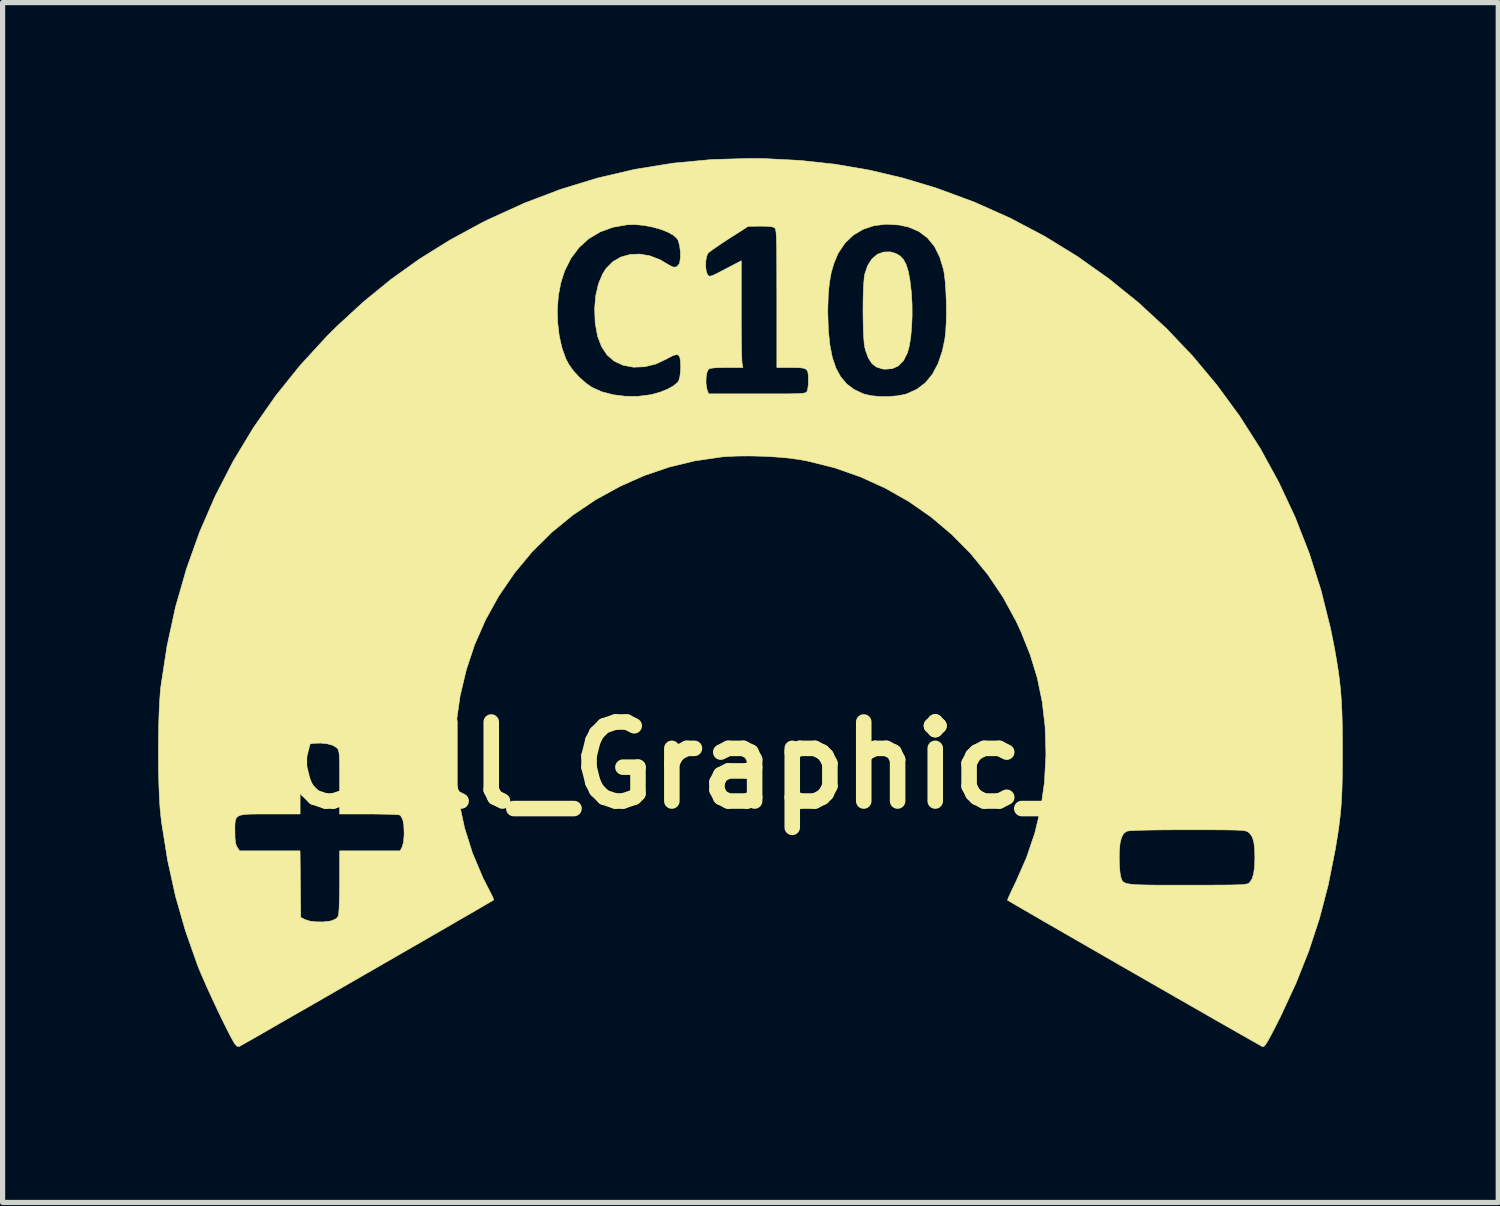
<source format=kicad_pcb>
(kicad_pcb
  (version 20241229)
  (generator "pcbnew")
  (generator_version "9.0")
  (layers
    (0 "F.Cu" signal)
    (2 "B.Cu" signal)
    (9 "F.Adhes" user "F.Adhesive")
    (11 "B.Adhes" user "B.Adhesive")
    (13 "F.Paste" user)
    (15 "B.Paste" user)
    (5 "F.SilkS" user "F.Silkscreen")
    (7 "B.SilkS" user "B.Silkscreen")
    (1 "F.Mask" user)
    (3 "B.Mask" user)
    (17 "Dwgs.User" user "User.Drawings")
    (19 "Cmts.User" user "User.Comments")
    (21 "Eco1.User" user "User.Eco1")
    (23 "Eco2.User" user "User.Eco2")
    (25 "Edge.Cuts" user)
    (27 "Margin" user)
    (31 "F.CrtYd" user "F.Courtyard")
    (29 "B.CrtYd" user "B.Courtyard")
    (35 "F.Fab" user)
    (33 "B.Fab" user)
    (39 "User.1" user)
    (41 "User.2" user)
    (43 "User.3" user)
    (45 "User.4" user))
  (footprint "Cell_Graphic_C10"
    (layer "F.Cu")
    (at 12.339 11.71)
    (property "Reference" "Cell_Graphic_C10" (at 0 0 0) (layer "F.SilkS") (effects (font (size 1.524 1.524) (thickness 0.3))))
    (attr through_hole)
    (fp_poly (pts (xy 1.889 -9.871) (xy 1.97 -9.824) (xy 2.036 -9.754) (xy 2.088 -9.657) (xy 2.129 -9.526) (xy 2.161 -9.356) (xy 2.186 -9.142) (xy 2.19 -9.102) (xy 2.202 -8.888) (xy 2.203 -8.668) (xy 2.194 -8.454) (xy 2.176 -8.256) (xy 2.148 -8.086) (xy 2.113 -7.955) (xy 2.11 -7.949) (xy 2.036 -7.803) (xy 1.938 -7.703) (xy 1.817 -7.649) (xy 1.675 -7.639) (xy 1.626 -7.646) (xy 1.516 -7.681) (xy 1.429 -7.747) (xy 1.361 -7.85) (xy 1.307 -7.995) (xy 1.292 -8.052) (xy 1.279 -8.132) (xy 1.269 -8.253) (xy 1.262 -8.405) (xy 1.258 -8.578) (xy 1.256 -8.76) (xy 1.257 -8.944) (xy 1.261 -9.117) (xy 1.268 -9.271) (xy 1.278 -9.395) (xy 1.291 -9.479) (xy 1.347 -9.641) (xy 1.429 -9.767) (xy 1.533 -9.855) (xy 1.655 -9.9) (xy 1.788 -9.901) (xy 1.889 -9.871)) (stroke (width 0.01) (type solid)) (fill yes) (layer "F.SilkS"))
    (fp_poly (pts (xy -0.66 -11.702) (xy 0.041 -11.666) (xy 0.717 -11.593) (xy 1.376 -11.48) (xy 2.028 -11.326) (xy 2.682 -11.129) (xy 2.692 -11.125) (xy 3.406 -10.861) (xy 4.095 -10.553) (xy 4.757 -10.204) (xy 5.39 -9.815) (xy 5.994 -9.387) (xy 6.567 -8.924) (xy 7.108 -8.425) (xy 7.614 -7.893) (xy 8.085 -7.329) (xy 8.519 -6.736) (xy 8.916 -6.114) (xy 9.272 -5.465) (xy 9.588 -4.791) (xy 9.861 -4.094) (xy 10.09 -3.375) (xy 10.274 -2.636) (xy 10.349 -2.261) (xy 10.389 -2.03) (xy 10.422 -1.823) (xy 10.448 -1.628) (xy 10.468 -1.438) (xy 10.482 -1.242) (xy 10.493 -1.031) (xy 10.499 -0.795) (xy 10.502 -0.525) (xy 10.502 -0.292) (xy 10.502 -0.001) (xy 10.499 0.248) (xy 10.494 0.464) (xy 10.485 0.658) (xy 10.473 0.838) (xy 10.455 1.013) (xy 10.433 1.192) (xy 10.404 1.385) (xy 10.368 1.601) (xy 10.362 1.638) (xy 10.229 2.307) (xy 10.061 2.951) (xy 9.854 3.582) (xy 9.605 4.208) (xy 9.312 4.84) (xy 9.289 4.885) (xy 9.2 5.062) (xy 9.13 5.197) (xy 9.076 5.296) (xy 9.035 5.364) (xy 9.005 5.405) (xy 8.982 5.425) (xy 8.964 5.428) (xy 8.963 5.428) (xy 8.938 5.414) (xy 8.872 5.377) (xy 8.769 5.319) (xy 8.632 5.241) (xy 8.465 5.146) (xy 8.271 5.035) (xy 8.053 4.911) (xy 7.816 4.775) (xy 7.562 4.63) (xy 7.295 4.477) (xy 7.018 4.318) (xy 6.735 4.156) (xy 6.45 3.992) (xy 6.164 3.828) (xy 5.884 3.667) (xy 5.61 3.509) (xy 5.348 3.358) (xy 5.099 3.215) (xy 4.869 3.082) (xy 4.66 2.962) (xy 4.476 2.855) (xy 4.319 2.764) (xy 4.195 2.692) (xy 4.105 2.639) (xy 4.054 2.608) (xy 4.043 2.602) (xy 4.05 2.578) (xy 4.077 2.516) (xy 4.118 2.426) (xy 4.172 2.314) (xy 4.2 2.256) (xy 4.409 1.781) (xy 4.412 1.772) (xy 6.198 1.772) (xy 6.2 1.896) (xy 6.207 2.011) (xy 6.217 2.101) (xy 6.224 2.139) (xy 6.235 2.178) (xy 6.247 2.211) (xy 6.263 2.238) (xy 6.29 2.26) (xy 6.33 2.277) (xy 6.388 2.289) (xy 6.469 2.299) (xy 6.577 2.305) (xy 6.716 2.309) (xy 6.891 2.311) (xy 7.105 2.311) (xy 7.364 2.311) (xy 7.511 2.311) (xy 7.783 2.311) (xy 8.009 2.311) (xy 8.193 2.31) (xy 8.34 2.309) (xy 8.454 2.306) (xy 8.54 2.303) (xy 8.603 2.298) (xy 8.646 2.292) (xy 8.675 2.285) (xy 8.695 2.276) (xy 8.709 2.264) (xy 8.711 2.262) (xy 8.758 2.193) (xy 8.79 2.091) (xy 8.808 1.951) (xy 8.814 1.778) (xy 8.809 1.608) (xy 8.793 1.48) (xy 8.765 1.387) (xy 8.722 1.321) (xy 8.695 1.297) (xy 8.678 1.284) (xy 8.657 1.274) (xy 8.629 1.265) (xy 8.588 1.259) (xy 8.53 1.254) (xy 8.45 1.25) (xy 8.344 1.248) (xy 8.206 1.246) (xy 8.032 1.245) (xy 7.817 1.245) (xy 7.557 1.245) (xy 7.516 1.245) (xy 7.211 1.245) (xy 6.955 1.247) (xy 6.745 1.25) (xy 6.581 1.254) (xy 6.46 1.259) (xy 6.381 1.265) (xy 6.341 1.273) (xy 6.34 1.273) (xy 6.281 1.319) (xy 6.239 1.398) (xy 6.212 1.514) (xy 6.199 1.673) (xy 6.198 1.772) (xy 4.412 1.772) (xy 4.57 1.306) (xy 4.685 0.826) (xy 4.755 0.331) (xy 4.783 -0.185) (xy 4.783 -0.254) (xy 4.767 -0.753) (xy 4.712 -1.225) (xy 4.618 -1.681) (xy 4.481 -2.13) (xy 4.3 -2.582) (xy 4.207 -2.781) (xy 3.954 -3.245) (xy 3.661 -3.68) (xy 3.331 -4.084) (xy 2.965 -4.454) (xy 2.568 -4.789) (xy 2.14 -5.087) (xy 1.685 -5.345) (xy 1.206 -5.563) (xy 0.705 -5.738) (xy 0.184 -5.868) (xy 0.038 -5.895) (xy -0.166 -5.924) (xy -0.405 -5.945) (xy -0.664 -5.96) (xy -0.926 -5.966) (xy -1.178 -5.964) (xy -1.402 -5.953) (xy -1.477 -5.946) (xy -1.989 -5.871) (xy -2.481 -5.752) (xy -2.961 -5.588) (xy -3.416 -5.387) (xy -3.897 -5.124) (xy -4.341 -4.825) (xy -4.75 -4.491) (xy -5.123 -4.121) (xy -5.462 -3.713) (xy -5.767 -3.268) (xy -5.771 -3.261) (xy -6.024 -2.805) (xy -6.233 -2.33) (xy -6.396 -1.839) (xy -6.515 -1.337) (xy -6.588 -0.828) (xy -6.616 -0.315) (xy -6.599 0.198) (xy -6.537 0.706) (xy -6.429 1.207) (xy -6.275 1.696) (xy -6.075 2.169) (xy -5.948 2.418) (xy -5.906 2.5) (xy -5.877 2.563) (xy -5.867 2.596) (xy -5.868 2.598) (xy -5.892 2.613) (xy -5.958 2.651) (xy -6.06 2.711) (xy -6.196 2.79) (xy -6.362 2.887) (xy -6.556 2.998) (xy -6.772 3.124) (xy -7.009 3.26) (xy -7.263 3.407) (xy -7.529 3.56) (xy -7.805 3.719) (xy -8.087 3.882) (xy -8.373 4.046) (xy -8.657 4.21) (xy -8.938 4.371) (xy -9.211 4.529) (xy -9.473 4.679) (xy -9.721 4.821) (xy -9.951 4.953) (xy -10.159 5.073) (xy -10.343 5.179) (xy -10.499 5.268) (xy -10.624 5.339) (xy -10.713 5.389) (xy -10.764 5.418) (xy -10.775 5.424) (xy -10.815 5.421) (xy -10.858 5.376) (xy -10.872 5.355) (xy -10.919 5.272) (xy -10.983 5.15) (xy -11.059 4.999) (xy -11.143 4.827) (xy -11.231 4.642) (xy -11.319 4.453) (xy -11.403 4.269) (xy -11.478 4.098) (xy -11.542 3.949) (xy -11.577 3.861) (xy -11.812 3.195) (xy -12.005 2.521) (xy -12.157 1.83) (xy -12.251 1.24) (xy -10.859 1.24) (xy -10.858 1.28) (xy -10.856 1.405) (xy -10.847 1.492) (xy -10.83 1.552) (xy -10.813 1.582) (xy -10.768 1.651) (xy -9.602 1.651) (xy -9.595 2.292) (xy -9.588 2.934) (xy -9.5 2.978) (xy -9.409 3.006) (xy -9.288 3.02) (xy -9.156 3.021) (xy -9.03 3.006) (xy -8.984 2.996) (xy -8.901 2.956) (xy -8.863 2.905) (xy -8.856 2.862) (xy -8.85 2.776) (xy -8.845 2.656) (xy -8.842 2.509) (xy -8.84 2.344) (xy -8.839 2.246) (xy -8.839 1.651) (xy -7.672 1.651) (xy -7.633 1.576) (xy -7.608 1.491) (xy -7.596 1.361) (xy -7.595 1.295) (xy -7.601 1.148) (xy -7.622 1.045) (xy -7.658 0.979) (xy -7.681 0.959) (xy -7.714 0.954) (xy -7.789 0.949) (xy -7.9 0.945) (xy -8.039 0.942) (xy -8.198 0.94) (xy -8.274 0.94) (xy -8.839 0.94) (xy -8.839 0.329) (xy -8.839 0.138) (xy -8.84 -0.01) (xy -8.842 -0.119) (xy -8.846 -0.198) (xy -8.852 -0.252) (xy -8.861 -0.288) (xy -8.873 -0.313) (xy -8.89 -0.332) (xy -8.899 -0.342) (xy -8.973 -0.386) (xy -9.08 -0.415) (xy -9.206 -0.428) (xy -9.335 -0.424) (xy -9.453 -0.404) (xy -9.544 -0.366) (xy -9.562 -0.353) (xy -9.575 -0.337) (xy -9.585 -0.311) (xy -9.592 -0.269) (xy -9.597 -0.205) (xy -9.6 -0.112) (xy -9.601 0.015) (xy -9.601 0.183) (xy -9.601 0.305) (xy -9.601 0.94) (xy -10.181 0.94) (xy -10.384 0.94) (xy -10.542 0.941) (xy -10.66 0.948) (xy -10.745 0.961) (xy -10.801 0.985) (xy -10.835 1.022) (xy -10.852 1.075) (xy -10.858 1.147) (xy -10.859 1.24) (xy -12.251 1.24) (xy -12.271 1.113) (xy -12.286 0.991) (xy -12.303 0.817) (xy -12.316 0.603) (xy -12.325 0.357) (xy -12.332 0.09) (xy -12.334 -0.19) (xy -12.333 -0.472) (xy -12.329 -0.748) (xy -12.321 -1.006) (xy -12.31 -1.239) (xy -12.296 -1.436) (xy -12.286 -1.524) (xy -12.168 -2.299) (xy -12.003 -3.056) (xy -11.792 -3.791) (xy -11.537 -4.505) (xy -11.236 -5.197) (xy -10.892 -5.864) (xy -10.505 -6.506) (xy -10.074 -7.123) (xy -9.602 -7.711) (xy -9.087 -8.272) (xy -8.887 -8.471) (xy -8.528 -8.801) (xy -4.639 -8.801) (xy -4.633 -8.537) (xy -4.603 -8.281) (xy -4.549 -8.044) (xy -4.473 -7.835) (xy -4.415 -7.726) (xy -4.328 -7.606) (xy -4.215 -7.483) (xy -4.092 -7.373) (xy -3.976 -7.291) (xy -3.973 -7.289) (xy -3.785 -7.205) (xy -3.565 -7.147) (xy -3.326 -7.117) (xy -3.083 -7.116) (xy -2.847 -7.146) (xy -2.812 -7.153) (xy -2.653 -7.198) (xy -2.513 -7.255) (xy -2.399 -7.318) (xy -2.321 -7.384) (xy -2.299 -7.416) (xy -2.278 -7.485) (xy -2.265 -7.586) (xy -2.26 -7.698) (xy -2.266 -7.804) (xy -2.277 -7.868) (xy -2.3 -7.91) (xy -2.343 -7.921) (xy -2.411 -7.901) (xy -2.512 -7.849) (xy -2.532 -7.837) (xy -2.74 -7.739) (xy -2.957 -7.686) (xy -3.174 -7.678) (xy -3.178 -7.679) (xy -3.376 -7.717) (xy -3.544 -7.796) (xy -3.681 -7.915) (xy -3.787 -8.075) (xy -3.863 -8.274) (xy -3.907 -8.514) (xy -3.911 -8.55) (xy -3.92 -8.814) (xy -3.898 -9.062) (xy -3.847 -9.284) (xy -3.767 -9.476) (xy -3.699 -9.582) (xy -3.57 -9.712) (xy -3.415 -9.802) (xy -3.241 -9.851) (xy -3.053 -9.86) (xy -2.858 -9.827) (xy -2.661 -9.752) (xy -2.483 -9.647) (xy -2.401 -9.607) (xy -2.336 -9.614) (xy -2.329 -9.622) (xy -1.779 -9.622) (xy -1.768 -9.529) (xy -1.743 -9.463) (xy -1.741 -9.46) (xy -1.724 -9.441) (xy -1.703 -9.433) (xy -1.671 -9.438) (xy -1.618 -9.459) (xy -1.538 -9.498) (xy -1.422 -9.558) (xy -1.398 -9.571) (xy -1.092 -9.731) (xy -1.092 -8.78) (xy -1.092 -8.562) (xy -1.091 -8.357) (xy -1.089 -8.172) (xy -1.086 -8.013) (xy -1.083 -7.885) (xy -1.08 -7.796) (xy -1.076 -7.751) (xy -1.076 -7.75) (xy -1.06 -7.671) (xy -1.378 -7.671) (xy -1.517 -7.67) (xy -1.614 -7.665) (xy -1.677 -7.657) (xy -1.714 -7.644) (xy -1.728 -7.632) (xy -1.755 -7.572) (xy -1.77 -7.481) (xy -1.773 -7.378) (xy -1.761 -7.283) (xy -1.754 -7.255) (xy -1.723 -7.163) (xy -0.786 -7.163) (xy -0.543 -7.163) (xy -0.346 -7.163) (xy -0.19 -7.164) (xy -0.07 -7.166) (xy 0.02 -7.169) (xy 0.083 -7.174) (xy 0.126 -7.18) (xy 0.152 -7.188) (xy 0.167 -7.198) (xy 0.176 -7.211) (xy 0.177 -7.212) (xy 0.191 -7.263) (xy 0.201 -7.345) (xy 0.203 -7.417) (xy 0.201 -7.52) (xy 0.191 -7.591) (xy 0.163 -7.635) (xy 0.11 -7.659) (xy 0.024 -7.669) (xy -0.104 -7.671) (xy -0.128 -7.671) (xy -0.406 -7.671) (xy -0.406 -8.725) (xy 0.577 -8.725) (xy 0.587 -8.395) (xy 0.616 -8.11) (xy 0.664 -7.866) (xy 0.733 -7.662) (xy 0.825 -7.493) (xy 0.941 -7.356) (xy 1.081 -7.25) (xy 1.249 -7.17) (xy 1.278 -7.159) (xy 1.411 -7.128) (xy 1.574 -7.113) (xy 1.751 -7.112) (xy 1.922 -7.126) (xy 2.071 -7.155) (xy 2.105 -7.166) (xy 2.298 -7.254) (xy 2.461 -7.379) (xy 2.596 -7.544) (xy 2.704 -7.748) (xy 2.787 -7.995) (xy 2.835 -8.226) (xy 2.851 -8.366) (xy 2.861 -8.542) (xy 2.865 -8.739) (xy 2.862 -8.946) (xy 2.854 -9.148) (xy 2.841 -9.333) (xy 2.822 -9.488) (xy 2.809 -9.561) (xy 2.735 -9.805) (xy 2.633 -10.008) (xy 2.5 -10.171) (xy 2.337 -10.294) (xy 2.142 -10.379) (xy 1.955 -10.42) (xy 1.702 -10.436) (xy 1.468 -10.407) (xy 1.255 -10.336) (xy 1.068 -10.224) (xy 0.909 -10.073) (xy 0.783 -9.885) (xy 0.763 -9.845) (xy 0.694 -9.678) (xy 0.642 -9.5) (xy 0.607 -9.301) (xy 0.586 -9.073) (xy 0.577 -8.807) (xy 0.577 -8.725) (xy -0.406 -8.725) (xy -0.406 -9.001) (xy -0.407 -9.297) (xy -0.407 -9.547) (xy -0.408 -9.754) (xy -0.409 -9.922) (xy -0.411 -10.056) (xy -0.414 -10.159) (xy -0.418 -10.236) (xy -0.423 -10.291) (xy -0.429 -10.328) (xy -0.437 -10.351) (xy -0.446 -10.364) (xy -0.448 -10.366) (xy -0.494 -10.385) (xy -0.581 -10.395) (xy -0.714 -10.398) (xy -0.724 -10.398) (xy -0.958 -10.395) (xy -1.324 -10.161) (xy -1.448 -10.08) (xy -1.559 -10.005) (xy -1.65 -9.942) (xy -1.712 -9.895) (xy -1.734 -9.875) (xy -1.761 -9.815) (xy -1.776 -9.724) (xy -1.779 -9.622) (xy -2.329 -9.622) (xy -2.291 -9.667) (xy -2.278 -9.703) (xy -2.265 -9.799) (xy -2.267 -9.914) (xy -2.282 -10.027) (xy -2.308 -10.119) (xy -2.324 -10.151) (xy -2.392 -10.217) (xy -2.501 -10.28) (xy -2.639 -10.335) (xy -2.798 -10.38) (xy -2.965 -10.412) (xy -3.132 -10.428) (xy -3.288 -10.426) (xy -3.289 -10.426) (xy -3.566 -10.377) (xy -3.814 -10.287) (xy -4.034 -10.156) (xy -4.222 -9.985) (xy -4.378 -9.776) (xy -4.5 -9.532) (xy -4.572 -9.307) (xy -4.619 -9.061) (xy -4.639 -8.801) (xy -8.528 -8.801) (xy -8.37 -8.946) (xy -7.841 -9.377) (xy -7.29 -9.77) (xy -6.711 -10.13) (xy -6.094 -10.465) (xy -5.973 -10.525) (xy -5.275 -10.843) (xy -4.572 -11.11) (xy -3.861 -11.327) (xy -3.141 -11.495) (xy -2.41 -11.613) (xy -1.666 -11.683) (xy -0.909 -11.705) (xy -0.66 -11.702)) (stroke (width 0.01) (type solid)) (fill yes) (layer "F.SilkS")))
  (gr_rect
    (start -3 -3)
    (end 25.847 20.142)
    (stroke (width 0.1) (type default))
    (fill no)
    (layer "Edge.Cuts")))
</source>
